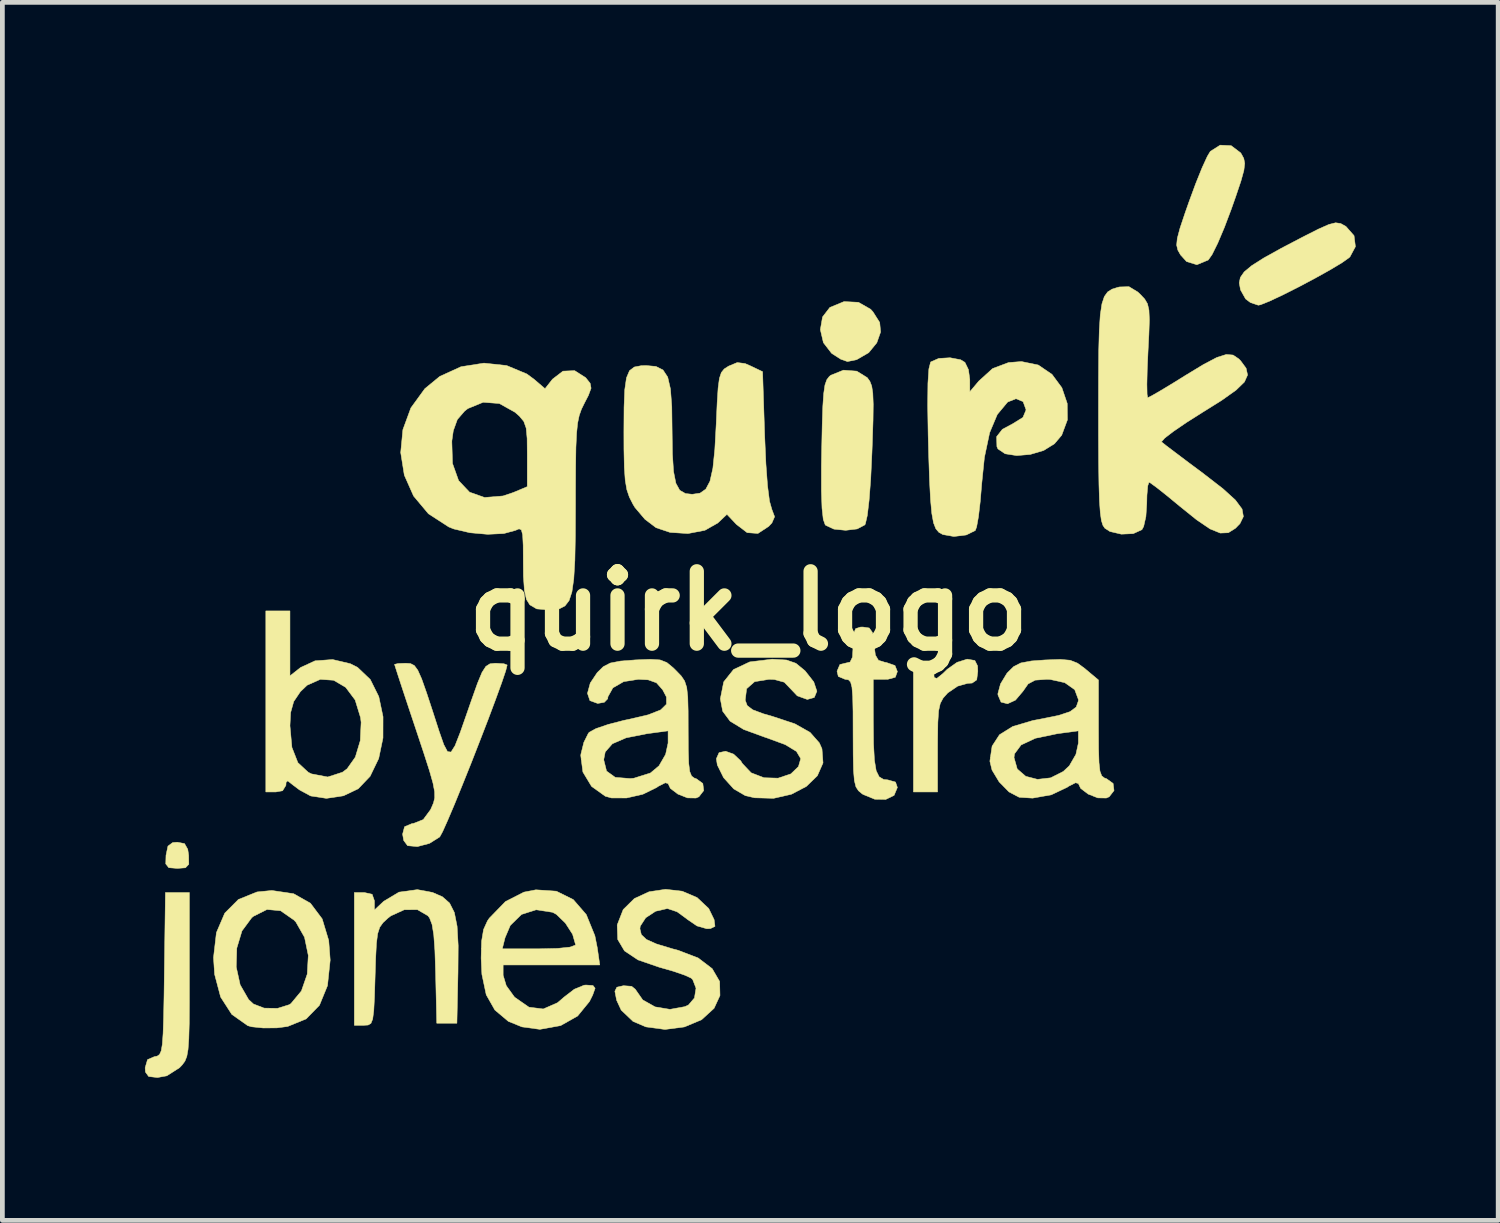
<source format=kicad_pcb>
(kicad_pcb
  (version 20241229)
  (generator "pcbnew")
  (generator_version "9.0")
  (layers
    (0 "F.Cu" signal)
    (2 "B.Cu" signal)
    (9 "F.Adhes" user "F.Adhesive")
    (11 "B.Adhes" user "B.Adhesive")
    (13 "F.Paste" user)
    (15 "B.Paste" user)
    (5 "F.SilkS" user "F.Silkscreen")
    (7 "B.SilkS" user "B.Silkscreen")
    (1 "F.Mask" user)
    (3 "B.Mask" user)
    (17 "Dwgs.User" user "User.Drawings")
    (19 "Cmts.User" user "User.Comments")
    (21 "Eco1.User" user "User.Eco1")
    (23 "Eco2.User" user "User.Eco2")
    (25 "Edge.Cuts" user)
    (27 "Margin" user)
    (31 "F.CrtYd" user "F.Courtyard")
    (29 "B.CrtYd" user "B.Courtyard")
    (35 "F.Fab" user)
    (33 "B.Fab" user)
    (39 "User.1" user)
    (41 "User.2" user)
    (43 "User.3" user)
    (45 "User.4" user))
  (footprint "quirk_logo"
    (layer "F.Cu")
    (at 12.705 9.809)
    (property "Reference" "quirk_logo" (at 0 0 0) (layer "F.SilkS") (effects (font (size 1.524 1.524) (thickness 0.3))))
    (attr through_hole)
    (fp_poly (pts (xy -11.871 4.897) (xy -11.803 5.017) (xy -11.784 5.144) (xy -11.781 5.332) (xy -11.851 5.406) (xy -12.023 5.419) (xy -12.203 5.404) (xy -12.266 5.324) (xy -12.261 5.144) (xy -12.22 4.95) (xy -12.121 4.876) (xy -12.023 4.868) (xy -11.871 4.897)) (stroke (width 0.01) (type solid)) (fill yes) (layer "F.SilkS"))
    (fp_poly (pts (xy 2.314 -6.496) (xy 2.57 -6.35) (xy 2.619 -6.296) (xy 2.761 -6.072) (xy 2.78 -5.871) (xy 2.7 -5.644) (xy 2.529 -5.435) (xy 2.274 -5.288) (xy 2.082 -5.249) (xy 1.942 -5.298) (xy 1.757 -5.417) (xy 1.747 -5.425) (xy 1.576 -5.647) (xy 1.512 -5.921) (xy 1.558 -6.188) (xy 1.712 -6.388) (xy 2.01 -6.511) (xy 2.314 -6.496)) (stroke (width 0.01) (type solid)) (fill yes) (layer "F.SilkS"))
    (fp_poly (pts (xy -11.769 7.666) (xy -11.769 8.25) (xy -11.772 8.689) (xy -11.781 9.007) (xy -11.797 9.229) (xy -11.823 9.377) (xy -11.863 9.477) (xy -11.918 9.552) (xy -11.976 9.614) (xy -12.244 9.785) (xy -12.442 9.821) (xy -12.626 9.799) (xy -12.694 9.705) (xy -12.7 9.616) (xy -12.65 9.444) (xy -12.509 9.383) (xy -12.445 9.37) (xy -12.397 9.336) (xy -12.362 9.26) (xy -12.338 9.12) (xy -12.322 8.893) (xy -12.311 8.558) (xy -12.302 8.092) (xy -12.296 7.641) (xy -12.273 5.927) (xy -11.769 5.927) (xy -11.769 7.666)) (stroke (width 0.01) (type solid)) (fill yes) (layer "F.SilkS"))
    (fp_poly (pts (xy 10.159 -9.793) (xy 10.357 -9.643) (xy 10.372 -9.621) (xy 10.424 -9.525) (xy 10.444 -9.42) (xy 10.426 -9.271) (xy 10.364 -9.047) (xy 10.253 -8.717) (xy 10.161 -8.456) (xy 10.016 -8.072) (xy 9.876 -7.741) (xy 9.757 -7.501) (xy 9.677 -7.387) (xy 9.437 -7.287) (xy 9.22 -7.354) (xy 9.093 -7.494) (xy 9.036 -7.595) (xy 9.011 -7.7) (xy 9.025 -7.842) (xy 9.082 -8.057) (xy 9.189 -8.377) (xy 9.273 -8.616) (xy 9.413 -8.996) (xy 9.546 -9.326) (xy 9.657 -9.568) (xy 9.72 -9.673) (xy 9.927 -9.804) (xy 10.159 -9.793)) (stroke (width 0.01) (type solid)) (fill yes) (layer "F.SilkS"))
    (fp_poly (pts (xy 4.764 1.043) (xy 4.821 1.157) (xy 4.826 1.27) (xy 4.803 1.451) (xy 4.707 1.518) (xy 4.61 1.524) (xy 4.402 1.583) (xy 4.195 1.724) (xy 4.187 1.732) (xy 4.096 1.834) (xy 4.036 1.946) (xy 4.001 2.104) (xy 3.985 2.345) (xy 3.98 2.706) (xy 3.979 2.875) (xy 3.979 3.81) (xy 3.471 3.81) (xy 3.471 1.101) (xy 3.683 1.101) (xy 3.849 1.14) (xy 3.895 1.27) (xy 3.908 1.403) (xy 3.965 1.419) (xy 4.094 1.315) (xy 4.183 1.228) (xy 4.389 1.082) (xy 4.599 1.016) (xy 4.61 1.016) (xy 4.764 1.043)) (stroke (width 0.01) (type solid)) (fill yes) (layer "F.SilkS"))
    (fp_poly (pts (xy 12.463 -8.155) (xy 12.568 -8.097) (xy 12.575 -8.092) (xy 12.745 -7.899) (xy 12.774 -7.668) (xy 12.659 -7.453) (xy 12.636 -7.432) (xy 12.483 -7.324) (xy 12.228 -7.172) (xy 11.912 -6.996) (xy 11.57 -6.815) (xy 11.243 -6.65) (xy 10.966 -6.52) (xy 10.779 -6.445) (xy 10.73 -6.435) (xy 10.564 -6.491) (xy 10.462 -6.568) (xy 10.356 -6.757) (xy 10.329 -6.905) (xy 10.352 -7.019) (xy 10.432 -7.135) (xy 10.59 -7.267) (xy 10.845 -7.429) (xy 11.216 -7.635) (xy 11.665 -7.87) (xy 11.995 -8.037) (xy 12.214 -8.134) (xy 12.357 -8.17) (xy 12.463 -8.155)) (stroke (width 0.01) (type solid)) (fill yes) (layer "F.SilkS"))
    (fp_poly (pts (xy 2.278 -5.047) (xy 2.498 -4.911) (xy 2.554 -4.834) (xy 2.593 -4.734) (xy 2.616 -4.582) (xy 2.625 -4.351) (xy 2.621 -4.016) (xy 2.606 -3.548) (xy 2.598 -3.335) (xy 2.572 -2.779) (xy 2.538 -2.33) (xy 2.5 -2.009) (xy 2.459 -1.832) (xy 2.448 -1.811) (xy 2.287 -1.726) (xy 2.045 -1.697) (xy 1.798 -1.722) (xy 1.624 -1.803) (xy 1.613 -1.815) (xy 1.573 -1.928) (xy 1.547 -2.162) (xy 1.534 -2.531) (xy 1.534 -3.048) (xy 1.54 -3.388) (xy 1.551 -3.921) (xy 1.564 -4.309) (xy 1.583 -4.58) (xy 1.609 -4.757) (xy 1.648 -4.867) (xy 1.7 -4.935) (xy 1.731 -4.96) (xy 1.998 -5.068) (xy 2.278 -5.047)) (stroke (width 0.01) (type solid)) (fill yes) (layer "F.SilkS"))
    (fp_poly (pts (xy -6.652 5.925) (xy -6.443 6.016) (xy -6.292 6.149) (xy -6.192 6.347) (xy -6.134 6.637) (xy -6.111 7.045) (xy -6.115 7.594) (xy -6.115 7.6) (xy -6.138 8.678) (xy -6.562 8.678) (xy -6.586 7.624) (xy -6.601 7.151) (xy -6.625 6.819) (xy -6.661 6.599) (xy -6.713 6.463) (xy -6.747 6.417) (xy -6.968 6.288) (xy -7.245 6.289) (xy -7.528 6.418) (xy -7.594 6.469) (xy -7.694 6.562) (xy -7.762 6.658) (xy -7.806 6.793) (xy -7.832 6.999) (xy -7.848 7.31) (xy -7.86 7.697) (xy -7.873 8.127) (xy -7.888 8.416) (xy -7.911 8.591) (xy -7.948 8.682) (xy -8.007 8.716) (xy -8.093 8.721) (xy -8.297 8.721) (xy -8.297 5.927) (xy -8.086 5.927) (xy -7.922 5.964) (xy -7.874 6.101) (xy -7.874 6.111) (xy -7.874 6.295) (xy -7.679 6.112) (xy -7.357 5.919) (xy -6.97 5.866) (xy -6.652 5.925)) (stroke (width 0.01) (type solid)) (fill yes) (layer "F.SilkS"))
    (fp_poly (pts (xy -9.575 5.952) (xy -9.221 6.152) (xy -8.974 6.481) (xy -8.836 6.937) (xy -8.805 7.349) (xy -8.862 7.887) (xy -9.031 8.3) (xy -9.311 8.587) (xy -9.7 8.746) (xy -9.927 8.776) (xy -10.215 8.778) (xy -10.456 8.753) (xy -10.541 8.729) (xy -10.876 8.492) (xy -11.111 8.127) (xy -11.238 7.648) (xy -11.248 7.493) (xy -10.783 7.493) (xy -10.7 7.87) (xy -10.523 8.178) (xy -10.421 8.273) (xy -10.196 8.36) (xy -9.914 8.365) (xy -9.667 8.288) (xy -9.632 8.265) (xy -9.411 7.999) (xy -9.288 7.644) (xy -9.266 7.251) (xy -9.345 6.869) (xy -9.527 6.549) (xy -9.568 6.506) (xy -9.85 6.31) (xy -10.135 6.284) (xy -10.422 6.428) (xy -10.456 6.456) (xy -10.662 6.735) (xy -10.771 7.097) (xy -10.783 7.493) (xy -11.248 7.493) (xy -11.261 7.297) (xy -11.2 6.771) (xy -11.024 6.361) (xy -10.737 6.073) (xy -10.346 5.915) (xy -10.033 5.884) (xy -9.575 5.952)) (stroke (width 0.01) (type solid)) (fill yes) (layer "F.SilkS"))
    (fp_poly (pts (xy -9.652 1.367) (xy -9.429 1.191) (xy -9.124 1.05) (xy -8.754 1.023) (xy -8.381 1.111) (xy -8.229 1.188) (xy -7.961 1.443) (xy -7.782 1.803) (xy -7.693 2.227) (xy -7.694 2.674) (xy -7.784 3.106) (xy -7.965 3.481) (xy -8.215 3.743) (xy -8.526 3.891) (xy -8.884 3.945) (xy -9.208 3.896) (xy -9.227 3.889) (xy -9.451 3.767) (xy -9.587 3.665) (xy -9.699 3.576) (xy -9.734 3.608) (xy -9.737 3.67) (xy -9.807 3.785) (xy -9.948 3.81) (xy -10.16 3.81) (xy -10.16 2.416) (xy -9.652 2.416) (xy -9.611 2.872) (xy -9.485 3.194) (xy -9.266 3.397) (xy -9.198 3.43) (xy -8.857 3.495) (xy -8.547 3.395) (xy -8.449 3.322) (xy -8.276 3.077) (xy -8.172 2.731) (xy -8.154 2.345) (xy -8.166 2.245) (xy -8.28 1.874) (xy -8.479 1.608) (xy -8.733 1.459) (xy -9.013 1.44) (xy -9.29 1.563) (xy -9.433 1.7) (xy -9.573 1.907) (xy -9.638 2.139) (xy -9.652 2.416) (xy -10.16 2.416) (xy -10.16 0) (xy -9.652 0) (xy -9.652 1.367)) (stroke (width 0.01) (type solid)) (fill yes) (layer "F.SilkS"))
    (fp_poly (pts (xy 2.541 0.359) (xy 2.607 0.451) (xy 2.638 0.661) (xy 2.641 0.699) (xy 2.67 0.928) (xy 2.735 1.039) (xy 2.87 1.081) (xy 2.9 1.085) (xy 3.083 1.149) (xy 3.133 1.276) (xy 3.09 1.396) (xy 2.935 1.438) (xy 2.879 1.439) (xy 2.625 1.439) (xy 2.626 2.307) (xy 2.631 2.796) (xy 2.65 3.141) (xy 2.687 3.364) (xy 2.75 3.492) (xy 2.843 3.547) (xy 2.931 3.556) (xy 3.094 3.602) (xy 3.133 3.716) (xy 3.064 3.882) (xy 2.889 3.967) (xy 2.656 3.963) (xy 2.411 3.862) (xy 2.39 3.848) (xy 2.314 3.785) (xy 2.261 3.703) (xy 2.228 3.571) (xy 2.21 3.359) (xy 2.203 3.038) (xy 2.201 2.578) (xy 2.2 2.119) (xy 2.193 1.804) (xy 2.177 1.605) (xy 2.148 1.495) (xy 2.102 1.449) (xy 2.034 1.439) (xy 2.032 1.439) (xy 1.89 1.379) (xy 1.863 1.27) (xy 1.923 1.128) (xy 2.032 1.101) (xy 2.138 1.076) (xy 2.188 0.972) (xy 2.201 0.747) (xy 2.201 0.72) (xy 2.21 0.484) (xy 2.254 0.373) (xy 2.356 0.34) (xy 2.408 0.339) (xy 2.541 0.359)) (stroke (width 0.01) (type solid)) (fill yes) (layer "F.SilkS"))
    (fp_poly (pts (xy -4.045 5.899) (xy -3.689 6.075) (xy -3.415 6.391) (xy -3.234 6.836) (xy -3.183 7.091) (xy -3.131 7.451) (xy -5.165 7.451) (xy -5.165 7.669) (xy -5.099 7.888) (xy -4.931 8.121) (xy -4.917 8.135) (xy -4.622 8.34) (xy -4.32 8.378) (xy -4.019 8.246) (xy -3.882 8.128) (xy -3.668 7.963) (xy -3.462 7.878) (xy -3.422 7.874) (xy -3.274 7.884) (xy -3.229 7.941) (xy -3.28 8.085) (xy -3.348 8.221) (xy -3.597 8.526) (xy -3.955 8.728) (xy -4.382 8.805) (xy -4.403 8.805) (xy -4.769 8.755) (xy -5.055 8.639) (xy -5.339 8.4) (xy -5.521 8.079) (xy -5.612 7.649) (xy -5.628 7.309) (xy -5.623 7.112) (xy -5.183 7.112) (xy -4.412 7.112) (xy -4.02 7.103) (xy -3.758 7.076) (xy -3.644 7.034) (xy -3.641 7.023) (xy -3.703 6.806) (xy -3.855 6.57) (xy -4.044 6.387) (xy -4.125 6.343) (xy -4.471 6.29) (xy -4.778 6.388) (xy -5.014 6.619) (xy -5.125 6.879) (xy -5.183 7.112) (xy -5.623 7.112) (xy -5.618 6.949) (xy -5.577 6.705) (xy -5.495 6.524) (xy -5.456 6.467) (xy -5.116 6.117) (xy -4.728 5.919) (xy -4.476 5.87) (xy -4.045 5.899)) (stroke (width 0.01) (type solid)) (fill yes) (layer "F.SilkS"))
    (fp_poly (pts (xy 4.464 -5.287) (xy 4.555 -5.232) (xy 4.629 -5.079) (xy 4.657 -4.873) (xy 4.658 -4.614) (xy 4.848 -4.839) (xy 5.138 -5.102) (xy 5.473 -5.228) (xy 5.745 -5.249) (xy 6.099 -5.176) (xy 6.387 -4.98) (xy 6.595 -4.699) (xy 6.708 -4.367) (xy 6.712 -4.022) (xy 6.592 -3.699) (xy 6.44 -3.519) (xy 6.211 -3.377) (xy 5.93 -3.294) (xy 5.644 -3.27) (xy 5.401 -3.308) (xy 5.25 -3.41) (xy 5.228 -3.459) (xy 5.222 -3.668) (xy 5.344 -3.824) (xy 5.553 -3.935) (xy 5.776 -4.073) (xy 5.842 -4.232) (xy 5.779 -4.406) (xy 5.629 -4.467) (xy 5.454 -4.397) (xy 5.236 -4.135) (xy 5.075 -3.752) (xy 4.965 -3.231) (xy 4.909 -2.682) (xy 4.877 -2.302) (xy 4.84 -1.984) (xy 4.801 -1.768) (xy 4.773 -1.693) (xy 4.583 -1.599) (xy 4.323 -1.567) (xy 4.09 -1.608) (xy 4.007 -1.654) (xy 3.943 -1.729) (xy 3.894 -1.854) (xy 3.858 -2.051) (xy 3.831 -2.341) (xy 3.81 -2.744) (xy 3.792 -3.282) (xy 3.781 -3.697) (xy 3.771 -4.327) (xy 3.776 -4.792) (xy 3.796 -5.094) (xy 3.832 -5.236) (xy 3.837 -5.242) (xy 4.004 -5.315) (xy 4.242 -5.329) (xy 4.464 -5.287)) (stroke (width 0.01) (type solid)) (fill yes) (layer "F.SilkS"))
    (fp_poly (pts (xy -5.148 1.112) (xy -5.08 1.138) (xy -5.11 1.259) (xy -5.194 1.507) (xy -5.32 1.854) (xy -5.476 2.271) (xy -5.653 2.729) (xy -5.837 3.2) (xy -6.02 3.656) (xy -6.188 4.068) (xy -6.332 4.407) (xy -6.439 4.646) (xy -6.499 4.756) (xy -6.5 4.757) (xy -6.714 4.892) (xy -6.97 4.96) (xy -7.176 4.941) (xy -7.258 4.831) (xy -7.281 4.698) (xy -7.24 4.542) (xy -7.086 4.477) (xy -7.049 4.472) (xy -6.847 4.392) (xy -6.694 4.185) (xy -6.679 4.154) (xy -6.631 4.042) (xy -6.605 3.935) (xy -6.607 3.806) (xy -6.641 3.625) (xy -6.714 3.367) (xy -6.831 3.003) (xy -6.996 2.506) (xy -6.996 2.506) (xy -7.146 2.057) (xy -7.275 1.668) (xy -7.374 1.366) (xy -7.435 1.176) (xy -7.451 1.125) (xy -7.377 1.107) (xy -7.214 1.101) (xy -7.114 1.108) (xy -7.034 1.149) (xy -6.961 1.248) (xy -6.879 1.432) (xy -6.775 1.727) (xy -6.644 2.125) (xy -6.512 2.534) (xy -6.414 2.814) (xy -6.336 2.961) (xy -6.262 2.97) (xy -6.177 2.836) (xy -6.067 2.555) (xy -5.916 2.123) (xy -5.833 1.884) (xy -5.705 1.524) (xy -5.61 1.295) (xy -5.529 1.168) (xy -5.443 1.113) (xy -5.333 1.101) (xy -5.32 1.101) (xy -5.148 1.112)) (stroke (width 0.01) (type solid)) (fill yes) (layer "F.SilkS"))
    (fp_poly (pts (xy 0.799 1.033) (xy 0.997 1.102) (xy 1.18 1.252) (xy 1.192 1.263) (xy 1.374 1.495) (xy 1.439 1.69) (xy 1.384 1.822) (xy 1.237 1.863) (xy 1.026 1.787) (xy 0.897 1.651) (xy 0.752 1.5) (xy 0.542 1.443) (xy 0.432 1.439) (xy 0.128 1.489) (xy -0.04 1.637) (xy -0.07 1.878) (xy -0.027 1.993) (xy 0.089 2.081) (xy 0.314 2.165) (xy 0.508 2.221) (xy 0.976 2.376) (xy 1.296 2.557) (xy 1.491 2.778) (xy 1.546 2.902) (xy 1.568 3.199) (xy 1.449 3.469) (xy 1.217 3.694) (xy 0.901 3.859) (xy 0.529 3.944) (xy 0.129 3.933) (xy -0.067 3.888) (xy -0.311 3.746) (xy -0.525 3.509) (xy -0.657 3.242) (xy -0.677 3.111) (xy -0.62 2.983) (xy -0.483 2.953) (xy -0.314 3.014) (xy -0.164 3.155) (xy -0.131 3.21) (xy 0.055 3.407) (xy 0.325 3.511) (xy 0.622 3.52) (xy 0.891 3.43) (xy 1.051 3.276) (xy 1.099 3.109) (xy 1.009 2.957) (xy 0.771 2.813) (xy 0.375 2.668) (xy 0.333 2.654) (xy -0.102 2.495) (xy -0.388 2.32) (xy -0.544 2.111) (xy -0.593 1.85) (xy -0.593 1.848) (xy -0.522 1.493) (xy -0.315 1.233) (xy 0.025 1.073) (xy 0.491 1.016) (xy 0.51 1.016) (xy 0.799 1.033)) (stroke (width 0.01) (type solid)) (fill yes) (layer "F.SilkS"))
    (fp_poly (pts (xy -1.397 5.899) (xy -1.083 6.033) (xy -0.838 6.263) (xy -0.724 6.498) (xy -0.706 6.639) (xy -0.802 6.686) (xy -0.879 6.689) (xy -1.085 6.63) (xy -1.293 6.488) (xy -1.305 6.477) (xy -1.504 6.332) (xy -1.701 6.266) (xy -1.713 6.265) (xy -1.956 6.321) (xy -2.164 6.458) (xy -2.279 6.635) (xy -2.286 6.69) (xy -2.256 6.814) (xy -2.149 6.915) (xy -1.937 7.01) (xy -1.592 7.114) (xy -1.481 7.143) (xy -1.059 7.305) (xy -0.765 7.529) (xy -0.608 7.799) (xy -0.601 8.095) (xy -0.725 8.364) (xy -0.989 8.605) (xy -1.35 8.756) (xy -1.758 8.809) (xy -2.16 8.755) (xy -2.431 8.639) (xy -2.68 8.402) (xy -2.776 8.195) (xy -2.813 8.005) (xy -2.771 7.92) (xy -2.633 7.888) (xy -2.46 7.901) (xy -2.384 7.962) (xy -2.227 8.187) (xy -1.966 8.334) (xy -1.653 8.386) (xy -1.34 8.329) (xy -1.264 8.294) (xy -1.138 8.146) (xy -1.105 7.94) (xy -1.175 7.759) (xy -1.206 7.729) (xy -1.338 7.668) (xy -1.582 7.584) (xy -1.885 7.497) (xy -1.885 7.497) (xy -2.326 7.345) (xy -2.611 7.155) (xy -2.753 6.915) (xy -2.764 6.613) (xy -2.762 6.604) (xy -2.638 6.286) (xy -2.403 6.054) (xy -2.093 5.911) (xy -1.746 5.859) (xy -1.397 5.899)) (stroke (width 0.01) (type solid)) (fill yes) (layer "F.SilkS"))
    (fp_poly (pts (xy -0.072 -5.207) (xy 0.047 -5.155) (xy 0.296 -5.036) (xy 0.34 -3.682) (xy 0.366 -3.096) (xy 0.4 -2.634) (xy 0.442 -2.309) (xy 0.49 -2.14) (xy 0.549 -1.983) (xy 0.492 -1.852) (xy 0.425 -1.78) (xy 0.198 -1.631) (xy -0.029 -1.648) (xy -0.254 -1.821) (xy -0.454 -2.033) (xy -0.647 -1.851) (xy -0.919 -1.697) (xy -1.275 -1.629) (xy -1.651 -1.653) (xy -1.946 -1.752) (xy -2.18 -1.929) (xy -2.391 -2.178) (xy -2.431 -2.244) (xy -2.508 -2.395) (xy -2.561 -2.552) (xy -2.595 -2.749) (xy -2.614 -3.021) (xy -2.622 -3.402) (xy -2.623 -3.772) (xy -2.62 -4.287) (xy -2.605 -4.657) (xy -2.569 -4.906) (xy -2.505 -5.057) (xy -2.404 -5.134) (xy -2.258 -5.162) (xy -2.155 -5.165) (xy -1.948 -5.146) (xy -1.8 -5.072) (xy -1.701 -4.922) (xy -1.643 -4.671) (xy -1.615 -4.297) (xy -1.609 -3.819) (xy -1.602 -3.303) (xy -1.578 -2.934) (xy -1.529 -2.687) (xy -1.448 -2.54) (xy -1.328 -2.471) (xy -1.185 -2.455) (xy -1.021 -2.479) (xy -0.899 -2.564) (xy -0.811 -2.731) (xy -0.75 -3.004) (xy -0.709 -3.403) (xy -0.68 -3.934) (xy -0.66 -4.383) (xy -0.64 -4.694) (xy -0.613 -4.895) (xy -0.572 -5.018) (xy -0.512 -5.093) (xy -0.425 -5.149) (xy -0.418 -5.153) (xy -0.238 -5.228) (xy -0.072 -5.207)) (stroke (width 0.01) (type solid)) (fill yes) (layer "F.SilkS"))
    (fp_poly (pts (xy 6.769 1.038) (xy 6.924 1.099) (xy 7.082 1.215) (xy 7.095 1.227) (xy 7.366 1.454) (xy 7.366 2.471) (xy 7.368 2.901) (xy 7.377 3.192) (xy 7.397 3.372) (xy 7.434 3.471) (xy 7.492 3.517) (xy 7.535 3.531) (xy 7.674 3.631) (xy 7.693 3.781) (xy 7.592 3.911) (xy 7.531 3.938) (xy 7.352 3.935) (xy 7.149 3.855) (xy 6.991 3.735) (xy 6.943 3.633) (xy 6.884 3.616) (xy 6.74 3.689) (xy 6.707 3.712) (xy 6.373 3.87) (xy 5.98 3.94) (xy 5.697 3.922) (xy 5.483 3.81) (xy 5.275 3.598) (xy 5.125 3.349) (xy 5.08 3.163) (xy 5.091 3.086) (xy 5.588 3.086) (xy 5.656 3.326) (xy 5.835 3.481) (xy 6.082 3.545) (xy 6.359 3.513) (xy 6.625 3.379) (xy 6.752 3.26) (xy 6.891 3.019) (xy 6.943 2.781) (xy 6.943 2.524) (xy 6.498 2.584) (xy 6.037 2.68) (xy 5.737 2.821) (xy 5.599 3.007) (xy 5.588 3.086) (xy 5.091 3.086) (xy 5.127 2.845) (xy 5.282 2.606) (xy 5.561 2.432) (xy 5.983 2.307) (xy 6.138 2.278) (xy 6.523 2.2) (xy 6.767 2.12) (xy 6.897 2.023) (xy 6.942 1.895) (xy 6.943 1.865) (xy 6.866 1.658) (xy 6.657 1.51) (xy 6.349 1.442) (xy 6.276 1.439) (xy 6.032 1.457) (xy 5.885 1.536) (xy 5.775 1.693) (xy 5.619 1.877) (xy 5.452 1.954) (xy 5.315 1.919) (xy 5.25 1.768) (xy 5.249 1.74) (xy 5.304 1.536) (xy 5.436 1.317) (xy 5.451 1.299) (xy 5.581 1.171) (xy 5.731 1.095) (xy 5.954 1.053) (xy 6.238 1.032) (xy 6.559 1.02) (xy 6.769 1.038)) (stroke (width 0.01) (type solid)) (fill yes) (layer "F.SilkS"))
    (fp_poly (pts (xy -5.091 -5.165) (xy -4.666 -4.988) (xy -4.514 -4.876) (xy -4.283 -4.678) (xy -4.125 -4.879) (xy -3.906 -5.047) (xy -3.66 -5.058) (xy -3.429 -4.911) (xy -3.424 -4.905) (xy -3.333 -4.791) (xy -3.314 -4.688) (xy -3.37 -4.537) (xy -3.453 -4.376) (xy -3.516 -4.248) (xy -3.563 -4.116) (xy -3.597 -3.955) (xy -3.619 -3.739) (xy -3.633 -3.442) (xy -3.639 -3.038) (xy -3.642 -2.5) (xy -3.642 -2.244) (xy -3.645 -1.578) (xy -3.655 -1.062) (xy -3.678 -0.676) (xy -3.717 -0.401) (xy -3.777 -0.218) (xy -3.863 -0.106) (xy -3.979 -0.046) (xy -4.131 -0.019) (xy -4.161 -0.017) (xy -4.458 -0.043) (xy -4.604 -0.129) (xy -4.674 -0.242) (xy -4.717 -0.431) (xy -4.738 -0.731) (xy -4.741 -1.025) (xy -4.743 -1.383) (xy -4.754 -1.601) (xy -4.781 -1.706) (xy -4.83 -1.728) (xy -4.905 -1.696) (xy -5.151 -1.629) (xy -5.492 -1.613) (xy -5.864 -1.646) (xy -6.201 -1.725) (xy -6.308 -1.767) (xy -6.737 -2.045) (xy -7.05 -2.419) (xy -7.245 -2.858) (xy -7.321 -3.334) (xy -7.298 -3.573) (xy -6.245 -3.573) (xy -6.231 -3.105) (xy -6.102 -2.743) (xy -5.872 -2.5) (xy -5.555 -2.388) (xy -5.166 -2.42) (xy -4.95 -2.493) (xy -4.657 -2.616) (xy -4.657 -3.29) (xy -4.66 -3.63) (xy -4.68 -3.848) (xy -4.73 -3.989) (xy -4.823 -4.101) (xy -4.917 -4.183) (xy -5.245 -4.366) (xy -5.585 -4.392) (xy -5.907 -4.26) (xy -5.975 -4.207) (xy -6.129 -4.029) (xy -6.214 -3.793) (xy -6.245 -3.573) (xy -7.298 -3.573) (xy -7.275 -3.815) (xy -7.107 -4.273) (xy -6.813 -4.678) (xy -6.499 -4.936) (xy -6.052 -5.14) (xy -5.568 -5.216) (xy -5.091 -5.165)) (stroke (width 0.01) (type solid)) (fill yes) (layer "F.SilkS"))
    (fp_poly (pts (xy -1.862 1.031) (xy -1.72 1.086) (xy -1.587 1.195) (xy -1.527 1.254) (xy -1.417 1.368) (xy -1.345 1.475) (xy -1.301 1.61) (xy -1.279 1.808) (xy -1.271 2.108) (xy -1.27 2.499) (xy -1.268 2.923) (xy -1.259 3.207) (xy -1.237 3.381) (xy -1.198 3.476) (xy -1.138 3.52) (xy -1.101 3.531) (xy -0.962 3.631) (xy -0.943 3.781) (xy -1.044 3.911) (xy -1.105 3.938) (xy -1.284 3.935) (xy -1.487 3.855) (xy -1.645 3.735) (xy -1.693 3.633) (xy -1.752 3.617) (xy -1.897 3.69) (xy -1.935 3.717) (xy -2.226 3.859) (xy -2.568 3.937) (xy -2.885 3.936) (xy -3.015 3.9) (xy -3.304 3.693) (xy -3.486 3.391) (xy -3.52 3.131) (xy -3.048 3.131) (xy -2.988 3.371) (xy -2.805 3.503) (xy -2.493 3.528) (xy -2.413 3.521) (xy -2.064 3.411) (xy -1.884 3.26) (xy -1.745 3.019) (xy -1.693 2.781) (xy -1.693 2.524) (xy -2.138 2.584) (xy -2.578 2.671) (xy -2.866 2.796) (xy -3.016 2.968) (xy -3.048 3.131) (xy -3.52 3.131) (xy -3.531 3.044) (xy -3.528 3.015) (xy -3.466 2.766) (xy -3.371 2.575) (xy -3.352 2.554) (xy -3.21 2.476) (xy -2.951 2.388) (xy -2.622 2.303) (xy -2.525 2.283) (xy -2.11 2.186) (xy -1.849 2.083) (xy -1.727 1.963) (xy -1.728 1.811) (xy -1.807 1.66) (xy -1.937 1.513) (xy -2.113 1.45) (xy -2.317 1.439) (xy -2.628 1.488) (xy -2.855 1.619) (xy -2.96 1.807) (xy -2.963 1.848) (xy -3.036 1.923) (xy -3.175 1.947) (xy -3.338 1.888) (xy -3.39 1.734) (xy -3.331 1.518) (xy -3.185 1.299) (xy -3.057 1.173) (xy -2.91 1.097) (xy -2.692 1.055) (xy -2.384 1.031) (xy -2.065 1.018) (xy -1.862 1.031)) (stroke (width 0.01) (type solid)) (fill yes) (layer "F.SilkS"))
    (fp_poly (pts (xy 8.193 -6.713) (xy 8.248 -6.661) (xy 8.339 -6.564) (xy 8.397 -6.466) (xy 8.428 -6.333) (xy 8.437 -6.129) (xy 8.427 -5.819) (xy 8.409 -5.468) (xy 8.392 -5.083) (xy 8.385 -4.77) (xy 8.389 -4.56) (xy 8.402 -4.487) (xy 8.489 -4.53) (xy 8.686 -4.644) (xy 8.962 -4.811) (xy 9.19 -4.953) (xy 9.579 -5.189) (xy 9.857 -5.335) (xy 10.055 -5.398) (xy 10.199 -5.386) (xy 10.319 -5.305) (xy 10.359 -5.264) (xy 10.473 -5.109) (xy 10.504 -4.967) (xy 10.438 -4.819) (xy 10.262 -4.648) (xy 9.961 -4.434) (xy 9.563 -4.185) (xy 9.22 -3.968) (xy 8.945 -3.78) (xy 8.76 -3.638) (xy 8.693 -3.561) (xy 8.696 -3.555) (xy 8.786 -3.483) (xy 8.984 -3.333) (xy 9.26 -3.125) (xy 9.585 -2.883) (xy 9.588 -2.88) (xy 9.985 -2.573) (xy 10.248 -2.334) (xy 10.388 -2.145) (xy 10.416 -1.986) (xy 10.344 -1.838) (xy 10.248 -1.739) (xy 10.099 -1.646) (xy 9.929 -1.639) (xy 9.713 -1.727) (xy 9.428 -1.921) (xy 9.084 -2.198) (xy 8.815 -2.42) (xy 8.597 -2.593) (xy 8.459 -2.694) (xy 8.429 -2.709) (xy 8.403 -2.633) (xy 8.386 -2.436) (xy 8.382 -2.261) (xy 8.364 -1.987) (xy 8.317 -1.778) (xy 8.28 -1.71) (xy 8.098 -1.627) (xy 7.847 -1.616) (xy 7.607 -1.672) (xy 7.499 -1.742) (xy 7.459 -1.802) (xy 7.427 -1.904) (xy 7.404 -2.068) (xy 7.387 -2.313) (xy 7.376 -2.657) (xy 7.369 -3.121) (xy 7.366 -3.723) (xy 7.366 -4.181) (xy 7.367 -4.902) (xy 7.371 -5.472) (xy 7.383 -5.91) (xy 7.404 -6.235) (xy 7.439 -6.465) (xy 7.49 -6.619) (xy 7.56 -6.715) (xy 7.652 -6.773) (xy 7.77 -6.81) (xy 7.806 -6.819) (xy 8.008 -6.825) (xy 8.193 -6.713)) (stroke (width 0.01) (type solid)) (fill yes) (layer "F.SilkS")))
  (gr_rect
    (start -3 -3)
    (end 28.484 22.636)
    (stroke (width 0.1) (type default))
    (fill no)
    (layer "Edge.Cuts")))
</source>
